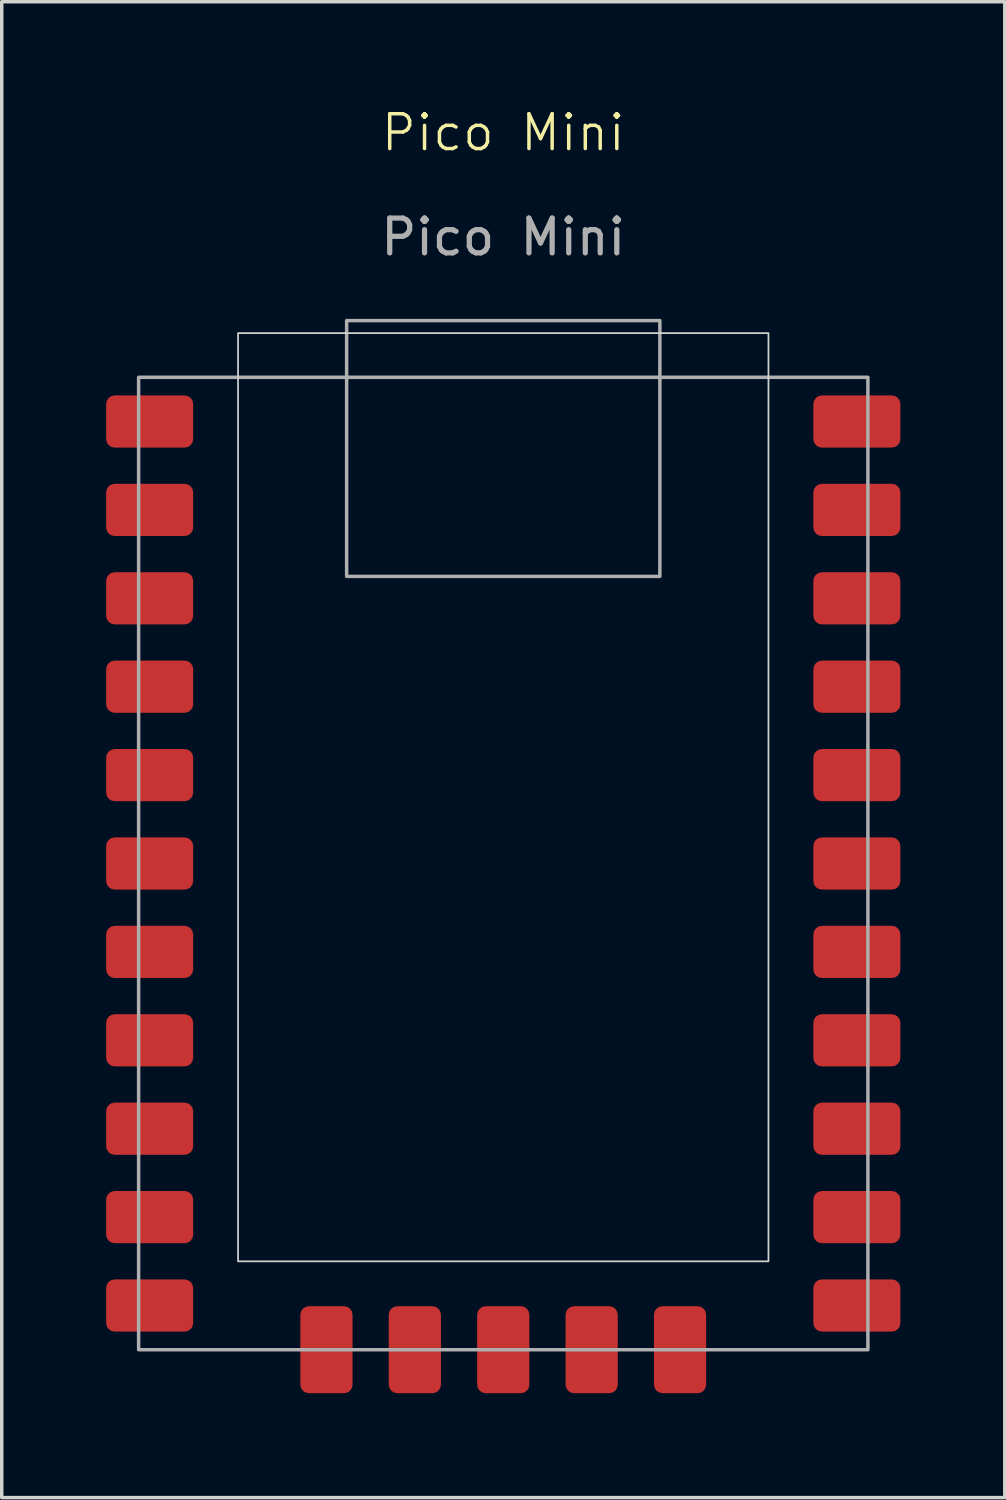
<source format=kicad_pcb>
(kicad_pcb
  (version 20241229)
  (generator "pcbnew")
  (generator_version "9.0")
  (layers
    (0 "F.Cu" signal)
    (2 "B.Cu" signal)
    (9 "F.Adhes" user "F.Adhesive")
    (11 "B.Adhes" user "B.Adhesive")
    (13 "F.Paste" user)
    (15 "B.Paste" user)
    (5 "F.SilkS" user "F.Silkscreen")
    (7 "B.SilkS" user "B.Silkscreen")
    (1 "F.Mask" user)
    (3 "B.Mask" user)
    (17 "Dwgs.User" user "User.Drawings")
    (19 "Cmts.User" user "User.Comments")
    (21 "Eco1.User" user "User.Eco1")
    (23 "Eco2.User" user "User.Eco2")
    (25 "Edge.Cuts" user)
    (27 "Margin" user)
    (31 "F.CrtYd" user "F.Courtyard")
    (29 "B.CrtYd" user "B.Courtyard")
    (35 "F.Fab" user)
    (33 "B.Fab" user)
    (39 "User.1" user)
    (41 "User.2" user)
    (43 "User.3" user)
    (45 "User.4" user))
  (footprint "Pico Mini"
    (layer "F.Cu")
    (at 11.41 21.761)
    (property "Reference" "Pico Mini" (at 0 -21 0) (unlocked yes) (layer "F.SilkS") (effects (font (size 1 1) (thickness 0.1))))
    (attr smd)
    (fp_rect (start -7.62 -15.24) (end 7.62 11.43) (stroke (width 0.05) (type default)) (fill no) (layer "Edge.Cuts"))
    (fp_rect (start -10.477 -13.97) (end 10.477 13.97) (stroke (width 0.1) (type default)) (fill no) (layer "F.Fab"))
    (fp_rect (start -4.5 -15.6) (end 4.5 -8.25) (stroke (width 0.1) (type default)) (fill no) (layer "F.Fab"))
    (fp_text user "${REFERENCE}" (at 0 -18 0) (unlocked yes) (layer "F.Fab") (effects (font (size 1 1) (thickness 0.15))))
    (pad "1" smd roundrect (at -10.16 -12.7) (size 2.5 1.5) (layers "F.Cu" "F.Mask" "F.Paste") (roundrect_rratio 0.164))
    (pad "2" smd roundrect (at -10.16 -10.16) (size 2.5 1.5) (layers "F.Cu" "F.Mask" "F.Paste") (roundrect_rratio 0.164))
    (pad "3" smd roundrect (at -10.16 -7.62) (size 2.5 1.5) (layers "F.Cu" "F.Mask" "F.Paste") (roundrect_rratio 0.164))
    (pad "4" smd roundrect (at -10.16 -5.08) (size 2.5 1.5) (layers "F.Cu" "F.Mask" "F.Paste") (roundrect_rratio 0.164))
    (pad "5" smd roundrect (at -10.16 -2.54) (size 2.5 1.5) (layers "F.Cu" "F.Mask" "F.Paste") (roundrect_rratio 0.164))
    (pad "6" smd roundrect (at -10.16 0) (size 2.5 1.5) (layers "F.Cu" "F.Mask" "F.Paste") (roundrect_rratio 0.164))
    (pad "7" smd roundrect (at -10.16 2.54) (size 2.5 1.5) (layers "F.Cu" "F.Mask" "F.Paste") (roundrect_rratio 0.164))
    (pad "8" smd roundrect (at -10.16 5.08) (size 2.5 1.5) (layers "F.Cu" "F.Mask" "F.Paste") (roundrect_rratio 0.164))
    (pad "9" smd roundrect (at -10.16 7.62) (size 2.5 1.5) (layers "F.Cu" "F.Mask" "F.Paste") (roundrect_rratio 0.164))
    (pad "10" smd roundrect (at -10.16 10.16) (size 2.5 1.5) (layers "F.Cu" "F.Mask" "F.Paste") (roundrect_rratio 0.164))
    (pad "11" smd roundrect (at -10.16 12.7) (size 2.5 1.5) (layers "F.Cu" "F.Mask" "F.Paste") (roundrect_rratio 0.164))
    (pad "12" smd roundrect (at 10.16 12.7) (size 2.5 1.5) (layers "F.Cu" "F.Mask" "F.Paste") (roundrect_rratio 0.164))
    (pad "13" smd roundrect (at 10.16 10.16) (size 2.5 1.5) (layers "F.Cu" "F.Mask" "F.Paste") (roundrect_rratio 0.164))
    (pad "14" smd roundrect (at 10.16 7.62) (size 2.5 1.5) (layers "F.Cu" "F.Mask" "F.Paste") (roundrect_rratio 0.164))
    (pad "15" smd roundrect (at 10.16 5.08) (size 2.5 1.5) (layers "F.Cu" "F.Mask" "F.Paste") (roundrect_rratio 0.164))
    (pad "16" smd roundrect (at 10.16 2.54) (size 2.5 1.5) (layers "F.Cu" "F.Mask" "F.Paste") (roundrect_rratio 0.164))
    (pad "17" smd roundrect (at 10.16 0) (size 2.5 1.5) (layers "F.Cu" "F.Mask" "F.Paste") (roundrect_rratio 0.164))
    (pad "18" smd roundrect (at 10.16 -2.54) (size 2.5 1.5) (layers "F.Cu" "F.Mask" "F.Paste") (roundrect_rratio 0.164))
    (pad "19" smd roundrect (at 10.16 -5.08) (size 2.5 1.5) (layers "F.Cu" "F.Mask" "F.Paste") (roundrect_rratio 0.164))
    (pad "20" smd roundrect (at 10.16 -7.62) (size 2.5 1.5) (layers "F.Cu" "F.Mask" "F.Paste") (roundrect_rratio 0.164))
    (pad "21" smd roundrect (at 10.16 -10.16) (size 2.5 1.5) (layers "F.Cu" "F.Mask" "F.Paste") (roundrect_rratio 0.164))
    (pad "22" smd roundrect (at 10.16 -12.7) (size 2.5 1.5) (layers "F.Cu" "F.Mask" "F.Paste") (roundrect_rratio 0.164))
    (pad "23" smd roundrect (at -5.08 13.97 90) (size 2.5 1.5) (layers "F.Cu" "F.Mask" "F.Paste") (roundrect_rratio 0.164))
    (pad "24" smd roundrect (at -2.54 13.97 90) (size 2.5 1.5) (layers "F.Cu" "F.Mask" "F.Paste") (roundrect_rratio 0.164))
    (pad "25" smd roundrect (at 0 13.97 90) (size 2.5 1.5) (layers "F.Cu" "F.Mask" "F.Paste") (roundrect_rratio 0.164))
    (pad "26" smd roundrect (at 2.54 13.97 90) (size 2.5 1.5) (layers "F.Cu" "F.Mask" "F.Paste") (roundrect_rratio 0.164))
    (pad "27" smd roundrect (at 5.08 13.97 90) (size 2.5 1.5) (layers "F.Cu" "F.Mask" "F.Paste") (roundrect_rratio 0.164)))
  (gr_rect
    (start -3 -3)
    (end 25.82 39.98)
    (stroke (width 0.1) (type default))
    (fill no)
    (layer "Edge.Cuts")))
</source>
